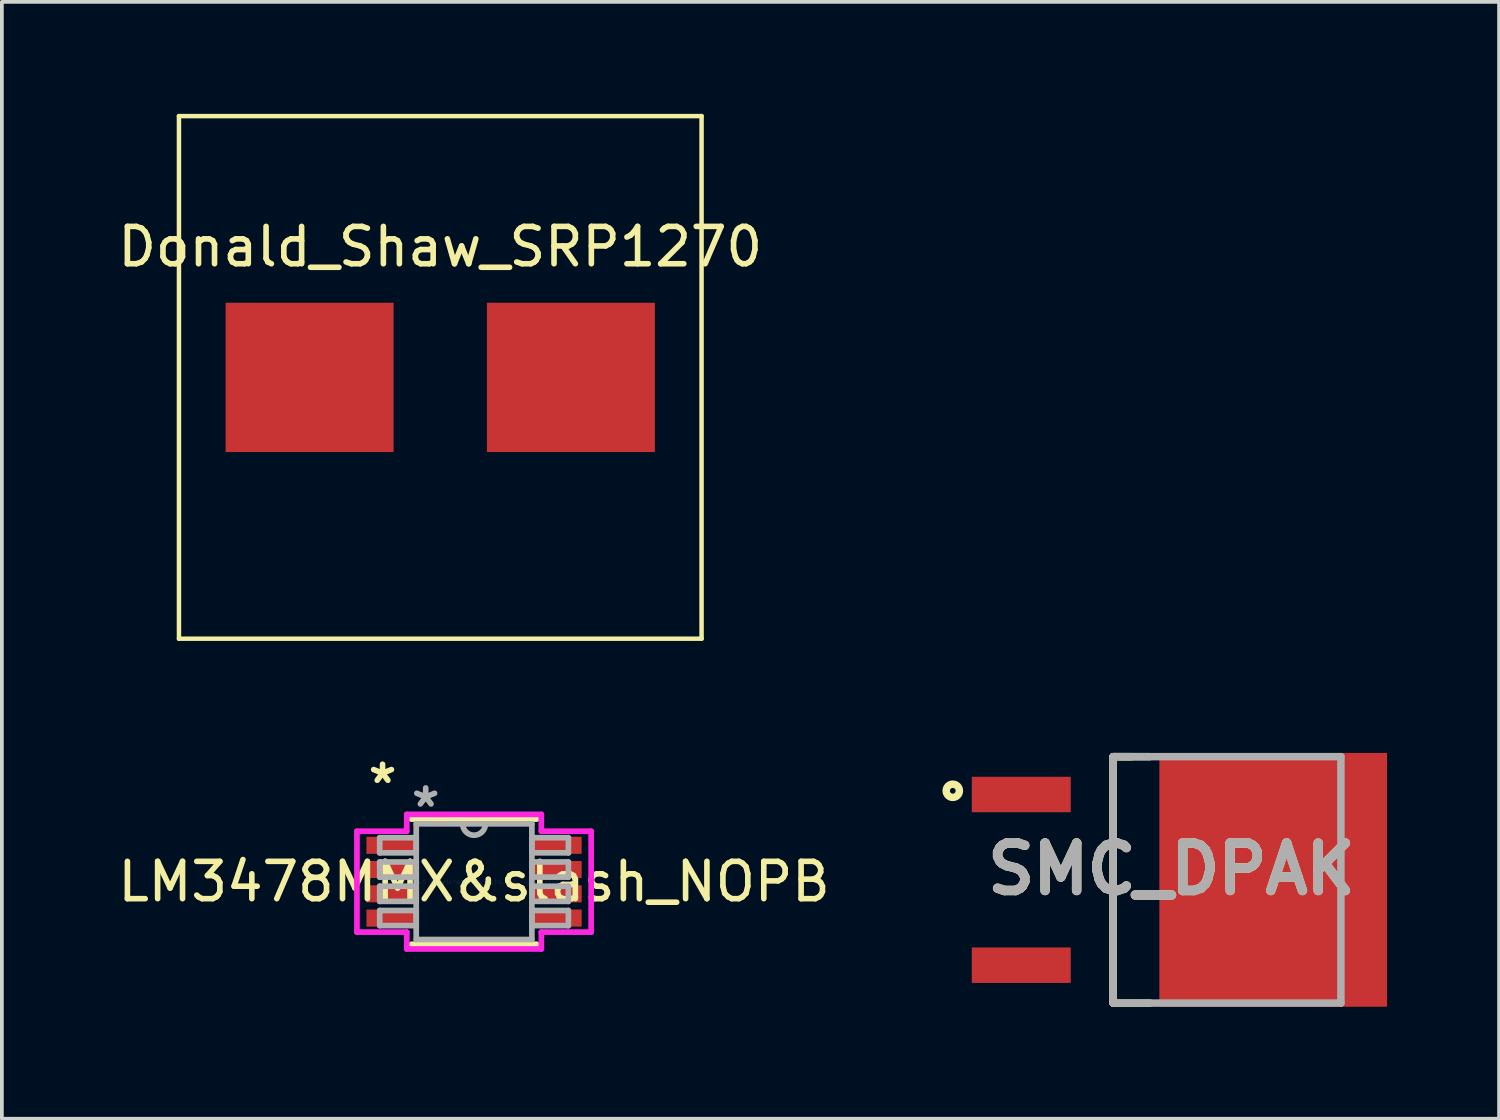
<source format=kicad_pcb>
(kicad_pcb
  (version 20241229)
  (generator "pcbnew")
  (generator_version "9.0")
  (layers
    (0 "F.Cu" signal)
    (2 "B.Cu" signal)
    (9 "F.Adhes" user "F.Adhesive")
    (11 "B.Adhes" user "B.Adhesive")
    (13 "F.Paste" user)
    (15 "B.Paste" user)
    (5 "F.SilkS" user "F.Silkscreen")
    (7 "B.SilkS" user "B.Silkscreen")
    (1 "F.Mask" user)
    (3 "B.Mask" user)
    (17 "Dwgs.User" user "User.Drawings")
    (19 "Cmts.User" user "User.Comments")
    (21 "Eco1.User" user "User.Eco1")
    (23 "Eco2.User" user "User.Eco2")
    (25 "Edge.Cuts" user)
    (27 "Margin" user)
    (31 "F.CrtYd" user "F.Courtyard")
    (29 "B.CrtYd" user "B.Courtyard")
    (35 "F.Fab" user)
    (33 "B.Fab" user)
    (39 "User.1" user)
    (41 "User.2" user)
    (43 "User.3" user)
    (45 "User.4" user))
  (footprint "SMC_DPAK"
    (layer "F.Cu")
    (at 32.871 20.52)
    (property "Reference" "SMC_DPAK" (at -4.539 -0.29 0) (layer "F.SilkS") (effects (font (size 1.27 1.27) (thickness 0.254))))
    (attr smd)
    (fp_line (start -6.1 -3.3) (end -6.1 3.3) (stroke (width 0.2) (type solid)) (layer "F.SilkS"))
    (fp_line (start -6.1 -3.3) (end -6.1 3.3) (stroke (width 0.2) (type solid)) (layer "F.SilkS"))
    (fp_line (start -6.1 -3.3) (end -5.121 -3.3) (stroke (width 0.2) (type solid)) (layer "F.SilkS"))
    (fp_line (start -6.1 3.3) (end -5.121 3.3) (stroke (width 0.2) (type solid)) (layer "F.SilkS"))
    (fp_line (start -5.611 -3.3) (end -6.1 -3.3) (stroke (width 0.2) (type solid)) (layer "F.SilkS"))
    (fp_circle (center -10.397 -2.386) (end -10.397 -2.309) (stroke (width 0.2) (type solid)) (fill no) (layer "F.SilkS"))
    (fp_line (start -6.1 -3.3) (end 0 -3.3) (stroke (width 0.2) (type solid)) (layer "F.Fab"))
    (fp_line (start -6.1 3.3) (end -6.1 -3.3) (stroke (width 0.2) (type solid)) (layer "F.Fab"))
    (fp_line (start 0 -3.3) (end 0 3.3) (stroke (width 0.2) (type solid)) (layer "F.Fab"))
    (fp_line (start 0 3.3) (end -6.1 3.3) (stroke (width 0.2) (type solid)) (layer "F.Fab"))
    (fp_text user "${REFERENCE}" (at -4.539 -0.29 0) (layer "F.Fab") (effects (font (size 1.27 1.27) (thickness 0.254))))
    (pad "1" smd rect (at -8.563 -2.286 90) (size 0.95 2.65) (layers "F.Cu" "F.Mask" "F.Paste"))
    (pad "2" smd rect (at -8.563 2.286 90) (size 0.95 2.65) (layers "F.Cu" "F.Mask" "F.Paste"))
    (pad "3" smd rect (at -1.813 0) (size 6.1 6.8) (layers "F.Cu" "F.Mask" "F.Paste")))
  (footprint "Donald_Shaw_SRP1270"
    (layer "F.Cu")
    (at 8.744 3.06)
    (property "Reference" "Donald_Shaw_SRP1270" (at 0 0.5 0) (layer "F.SilkS") (effects (font (size 1 1) (thickness 0.15))))
    (attr through_hole)
    (fp_line (start -7 -3) (end 7 -3) (stroke (width 0.12) (type solid)) (layer "F.SilkS"))
    (fp_line (start -7 11) (end -7 -3) (stroke (width 0.12) (type solid)) (layer "F.SilkS"))
    (fp_line (start 7 -3) (end 7 11) (stroke (width 0.12) (type solid)) (layer "F.SilkS"))
    (fp_line (start 7 11) (end -7 11) (stroke (width 0.12) (type solid)) (layer "F.SilkS"))
    (pad "1" smd rect (at -3.5 4 90) (size 4 4.5) (layers "F.Cu" "F.Mask" "F.Paste"))
    (pad "2" smd rect (at 3.5 4 90) (size 4 4.5) (layers "F.Cu" "F.Mask" "F.Paste")))
  (footprint "LM3478MMX&slash_NOPB"
    (layer "F.Cu")
    (at 9.649 20.569)
    (property "Reference" "LM3478MMX&slash_NOPB" (at 0 0 0) (layer "F.SilkS") (effects (font (size 1 1) (thickness 0.15))))
    (attr through_hole)
    (fp_line (start -1.676 1.676) (end 1.676 1.676) (stroke (width 0.152) (type solid)) (layer "F.SilkS"))
    (fp_line (start 1.676 -1.676) (end -1.676 -1.676) (stroke (width 0.152) (type solid)) (layer "F.SilkS"))
    (fp_line (start -3.137 -1.351) (end -1.803 -1.351) (stroke (width 0.152) (type solid)) (layer "F.CrtYd"))
    (fp_line (start -3.137 1.351) (end -3.137 -1.351) (stroke (width 0.152) (type solid)) (layer "F.CrtYd"))
    (fp_line (start -1.803 -1.803) (end 1.803 -1.803) (stroke (width 0.152) (type solid)) (layer "F.CrtYd"))
    (fp_line (start -1.803 -1.351) (end -1.803 -1.803) (stroke (width 0.152) (type solid)) (layer "F.CrtYd"))
    (fp_line (start -1.803 1.351) (end -3.137 1.351) (stroke (width 0.152) (type solid)) (layer "F.CrtYd"))
    (fp_line (start -1.803 1.803) (end -1.803 1.351) (stroke (width 0.152) (type solid)) (layer "F.CrtYd"))
    (fp_line (start 1.803 -1.803) (end 1.803 -1.351) (stroke (width 0.152) (type solid)) (layer "F.CrtYd"))
    (fp_line (start 1.803 -1.351) (end 3.137 -1.351) (stroke (width 0.152) (type solid)) (layer "F.CrtYd"))
    (fp_line (start 1.803 1.351) (end 1.803 1.803) (stroke (width 0.152) (type solid)) (layer "F.CrtYd"))
    (fp_line (start 1.803 1.803) (end -1.803 1.803) (stroke (width 0.152) (type solid)) (layer "F.CrtYd"))
    (fp_line (start 3.137 -1.351) (end 3.137 1.351) (stroke (width 0.152) (type solid)) (layer "F.CrtYd"))
    (fp_line (start 3.137 1.351) (end 1.803 1.351) (stroke (width 0.152) (type solid)) (layer "F.CrtYd"))
    (fp_line (start -2.527 -1.178) (end -2.527 -0.772) (stroke (width 0.152) (type solid)) (layer "F.Fab"))
    (fp_line (start -2.527 -0.772) (end -1.549 -0.772) (stroke (width 0.152) (type solid)) (layer "F.Fab"))
    (fp_line (start -2.527 -0.528) (end -2.527 -0.122) (stroke (width 0.152) (type solid)) (layer "F.Fab"))
    (fp_line (start -2.527 -0.122) (end -1.549 -0.122) (stroke (width 0.152) (type solid)) (layer "F.Fab"))
    (fp_line (start -2.527 0.122) (end -2.527 0.528) (stroke (width 0.152) (type solid)) (layer "F.Fab"))
    (fp_line (start -2.527 0.528) (end -1.549 0.528) (stroke (width 0.152) (type solid)) (layer "F.Fab"))
    (fp_line (start -2.527 0.772) (end -2.527 1.178) (stroke (width 0.152) (type solid)) (layer "F.Fab"))
    (fp_line (start -2.527 1.178) (end -1.549 1.178) (stroke (width 0.152) (type solid)) (layer "F.Fab"))
    (fp_line (start -1.549 -1.549) (end -1.549 1.549) (stroke (width 0.152) (type solid)) (layer "F.Fab"))
    (fp_line (start -1.549 -1.178) (end -2.527 -1.178) (stroke (width 0.152) (type solid)) (layer "F.Fab"))
    (fp_line (start -1.549 -0.772) (end -1.549 -1.178) (stroke (width 0.152) (type solid)) (layer "F.Fab"))
    (fp_line (start -1.549 -0.528) (end -2.527 -0.528) (stroke (width 0.152) (type solid)) (layer "F.Fab"))
    (fp_line (start -1.549 -0.122) (end -1.549 -0.528) (stroke (width 0.152) (type solid)) (layer "F.Fab"))
    (fp_line (start -1.549 0.122) (end -2.527 0.122) (stroke (width 0.152) (type solid)) (layer "F.Fab"))
    (fp_line (start -1.549 0.528) (end -1.549 0.122) (stroke (width 0.152) (type solid)) (layer "F.Fab"))
    (fp_line (start -1.549 0.772) (end -2.527 0.772) (stroke (width 0.152) (type solid)) (layer "F.Fab"))
    (fp_line (start -1.549 1.178) (end -1.549 0.772) (stroke (width 0.152) (type solid)) (layer "F.Fab"))
    (fp_line (start -1.549 1.549) (end 1.549 1.549) (stroke (width 0.152) (type solid)) (layer "F.Fab"))
    (fp_line (start 1.549 -1.549) (end -1.549 -1.549) (stroke (width 0.152) (type solid)) (layer "F.Fab"))
    (fp_line (start 1.549 -1.178) (end 1.549 -0.772) (stroke (width 0.152) (type solid)) (layer "F.Fab"))
    (fp_line (start 1.549 -0.772) (end 2.527 -0.772) (stroke (width 0.152) (type solid)) (layer "F.Fab"))
    (fp_line (start 1.549 -0.528) (end 1.549 -0.122) (stroke (width 0.152) (type solid)) (layer "F.Fab"))
    (fp_line (start 1.549 -0.122) (end 2.527 -0.122) (stroke (width 0.152) (type solid)) (layer "F.Fab"))
    (fp_line (start 1.549 0.122) (end 1.549 0.528) (stroke (width 0.152) (type solid)) (layer "F.Fab"))
    (fp_line (start 1.549 0.528) (end 2.527 0.528) (stroke (width 0.152) (type solid)) (layer "F.Fab"))
    (fp_line (start 1.549 0.772) (end 1.549 1.178) (stroke (width 0.152) (type solid)) (layer "F.Fab"))
    (fp_line (start 1.549 1.178) (end 2.527 1.178) (stroke (width 0.152) (type solid)) (layer "F.Fab"))
    (fp_line (start 1.549 1.549) (end 1.549 -1.549) (stroke (width 0.152) (type solid)) (layer "F.Fab"))
    (fp_line (start 2.527 -1.178) (end 1.549 -1.178) (stroke (width 0.152) (type solid)) (layer "F.Fab"))
    (fp_line (start 2.527 -0.772) (end 2.527 -1.178) (stroke (width 0.152) (type solid)) (layer "F.Fab"))
    (fp_line (start 2.527 -0.528) (end 1.549 -0.528) (stroke (width 0.152) (type solid)) (layer "F.Fab"))
    (fp_line (start 2.527 -0.122) (end 2.527 -0.528) (stroke (width 0.152) (type solid)) (layer "F.Fab"))
    (fp_line (start 2.527 0.122) (end 1.549 0.122) (stroke (width 0.152) (type solid)) (layer "F.Fab"))
    (fp_line (start 2.527 0.528) (end 2.527 0.122) (stroke (width 0.152) (type solid)) (layer "F.Fab"))
    (fp_line (start 2.527 0.772) (end 1.549 0.772) (stroke (width 0.152) (type solid)) (layer "F.Fab"))
    (fp_line (start 2.527 1.178) (end 2.527 0.772) (stroke (width 0.152) (type solid)) (layer "F.Fab"))
    (fp_arc (start 0.3048 -1.5494) (mid 0 -1.2446) (end -0.3048 -1.5494) (stroke (width 0.1524) (type solid)) (layer "F.Fab"))
    (fp_text user "*" (at -2.451 -2.601 0) (layer "F.SilkS") (effects (font (size 1 1) (thickness 0.15))))
    (fp_text user "Copyright 2016 Accelerated Designs. All rights reserved." (at 0 0 0) (layer "Cmts.User") (effects (font (size 0.127 0.127) (thickness 0.002))))
    (fp_text user "*" (at -1.295 -1.966 0) (layer "F.Fab") (effects (font (size 1 1) (thickness 0.15))))
    (pad "1" smd rect (at -2.197 -0.975) (size 1.372 0.457) (layers "F.Cu" "F.Mask" "F.Paste"))
    (pad "2" smd rect (at -2.197 -0.325) (size 1.372 0.457) (layers "F.Cu" "F.Mask" "F.Paste"))
    (pad "3" smd rect (at -2.197 0.325) (size 1.372 0.457) (layers "F.Cu" "F.Mask" "F.Paste"))
    (pad "4" smd rect (at -2.197 0.975) (size 1.372 0.457) (layers "F.Cu" "F.Mask" "F.Paste"))
    (pad "5" smd rect (at 2.197 0.975) (size 1.372 0.457) (layers "F.Cu" "F.Mask" "F.Paste"))
    (pad "6" smd rect (at 2.197 0.325) (size 1.372 0.457) (layers "F.Cu" "F.Mask" "F.Paste"))
    (pad "7" smd rect (at 2.197 -0.325) (size 1.372 0.457) (layers "F.Cu" "F.Mask" "F.Paste"))
    (pad "8" smd rect (at 2.197 -0.975) (size 1.372 0.457) (layers "F.Cu" "F.Mask" "F.Paste")))
  (gr_rect
    (start -3 -3)
    (end 37.108 26.92)
    (stroke (width 0.1) (type default))
    (fill no)
    (layer "Edge.Cuts")))
</source>
